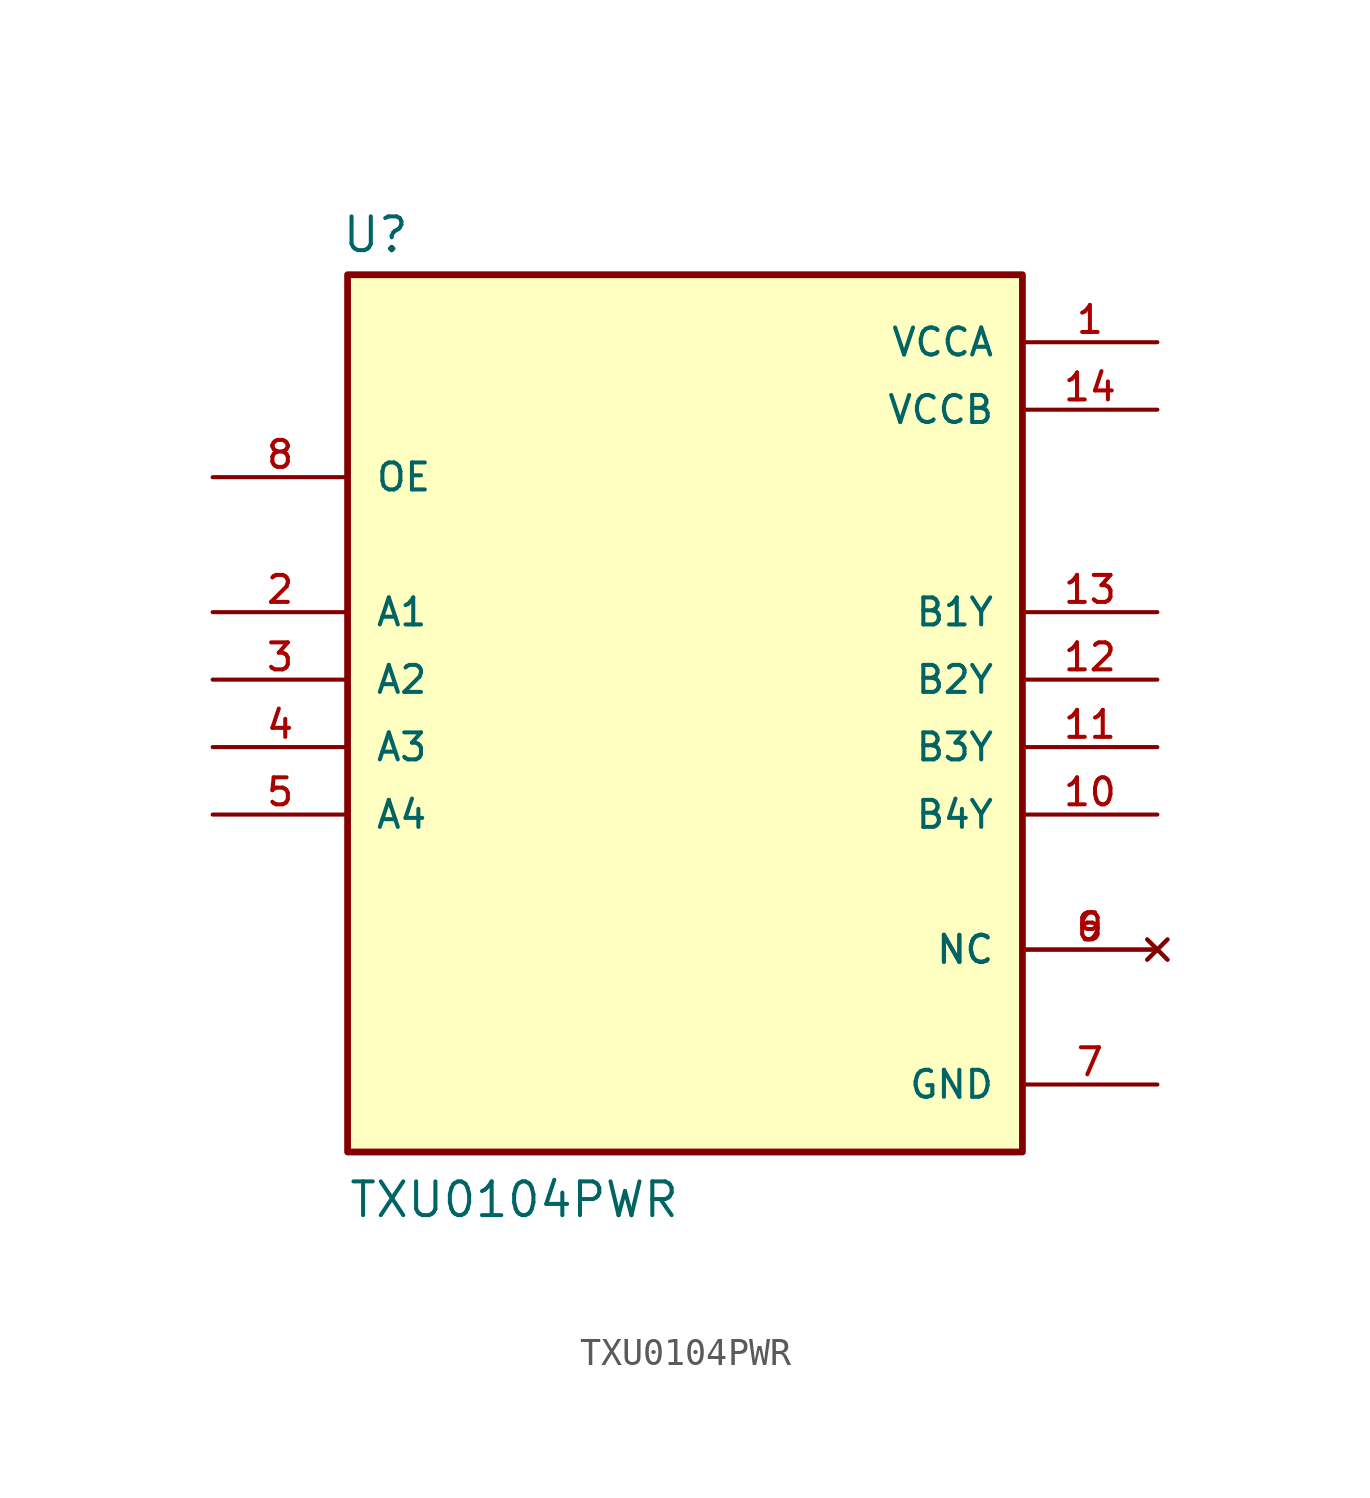
<source format=kicad_sym>
(kicad_symbol_lib
  (version 20211014)
  (generator kicad_symbol_editor)
  (symbol "TXU0104PWR"
    (pin_names
      (offset 1.016))
    (property "Reference" "U"
      (at -12.954 16.002 0)
      (effects (font (size 1.27 1.27)) (justify bottom left)))
    (property "Value" "TXU0104PWR"
      (at -12.7 -20.32 0)
      (effects (font (size 1.27 1.27)) (justify bottom left)))
    (symbol "TXU0104PWR_0_0"
      (rectangle (start -12.7 -17.78) (end 12.7 15.24) (stroke (width 0.254)) (fill (type background)))
      (pin input line (at -17.78 7.62 0) (length 5.08) (name "OE" (effects (font (size 1.016 1.016)))) (number "8" (effects (font (size 1.016 1.016)))))
      (pin input line (at -17.78 2.54 0) (length 5.08) (name "A1" (effects (font (size 1.016 1.016)))) (number "2" (effects (font (size 1.016 1.016)))))
      (pin power_in line (at 17.78 -15.24 180.0) (length 5.08) (name "GND" (effects (font (size 1.016 1.016)))) (number "7" (effects (font (size 1.016 1.016)))))
      (pin output line (at 17.78 2.54 180.0) (length 5.08) (name "B1Y" (effects (font (size 1.016 1.016)))) (number "13" (effects (font (size 1.016 1.016)))))
      (pin power_in line (at 17.78 10.16 180.0) (length 5.08) (name "VCCB" (effects (font (size 1.016 1.016)))) (number "14" (effects (font (size 1.016 1.016)))))
      (pin input line (at -17.78 0.0 0) (length 5.08) (name "A2" (effects (font (size 1.016 1.016)))) (number "3" (effects (font (size 1.016 1.016)))))
      (pin input line (at -17.78 -2.54 0) (length 5.08) (name "A3" (effects (font (size 1.016 1.016)))) (number "4" (effects (font (size 1.016 1.016)))))
      (pin input line (at -17.78 -5.08 0) (length 5.08) (name "A4" (effects (font (size 1.016 1.016)))) (number "5" (effects (font (size 1.016 1.016)))))
      (pin power_in line (at 17.78 12.7 180.0) (length 5.08) (name "VCCA" (effects (font (size 1.016 1.016)))) (number "1" (effects (font (size 1.016 1.016)))))
      (pin output line (at 17.78 0.0 180.0) (length 5.08) (name "B2Y" (effects (font (size 1.016 1.016)))) (number "12" (effects (font (size 1.016 1.016)))))
      (pin output line (at 17.78 -2.54 180.0) (length 5.08) (name "B3Y" (effects (font (size 1.016 1.016)))) (number "11" (effects (font (size 1.016 1.016)))))
      (pin output line (at 17.78 -5.08 180.0) (length 5.08) (name "B4Y" (effects (font (size 1.016 1.016)))) (number "10" (effects (font (size 1.016 1.016)))))
      (pin no_connect line (at 17.78 -10.16 180.0) (length 5.08) (name "NC" (effects (font (size 1.016 1.016)))) (number "6" (effects (font (size 1.016 1.016)))))
      (pin no_connect line (at 17.78 -10.16 180.0) (length 5.08) (name "NC" (effects (font (size 1.016 1.016)))) (number "9" (effects (font (size 1.016 1.016))))))))
</source>
